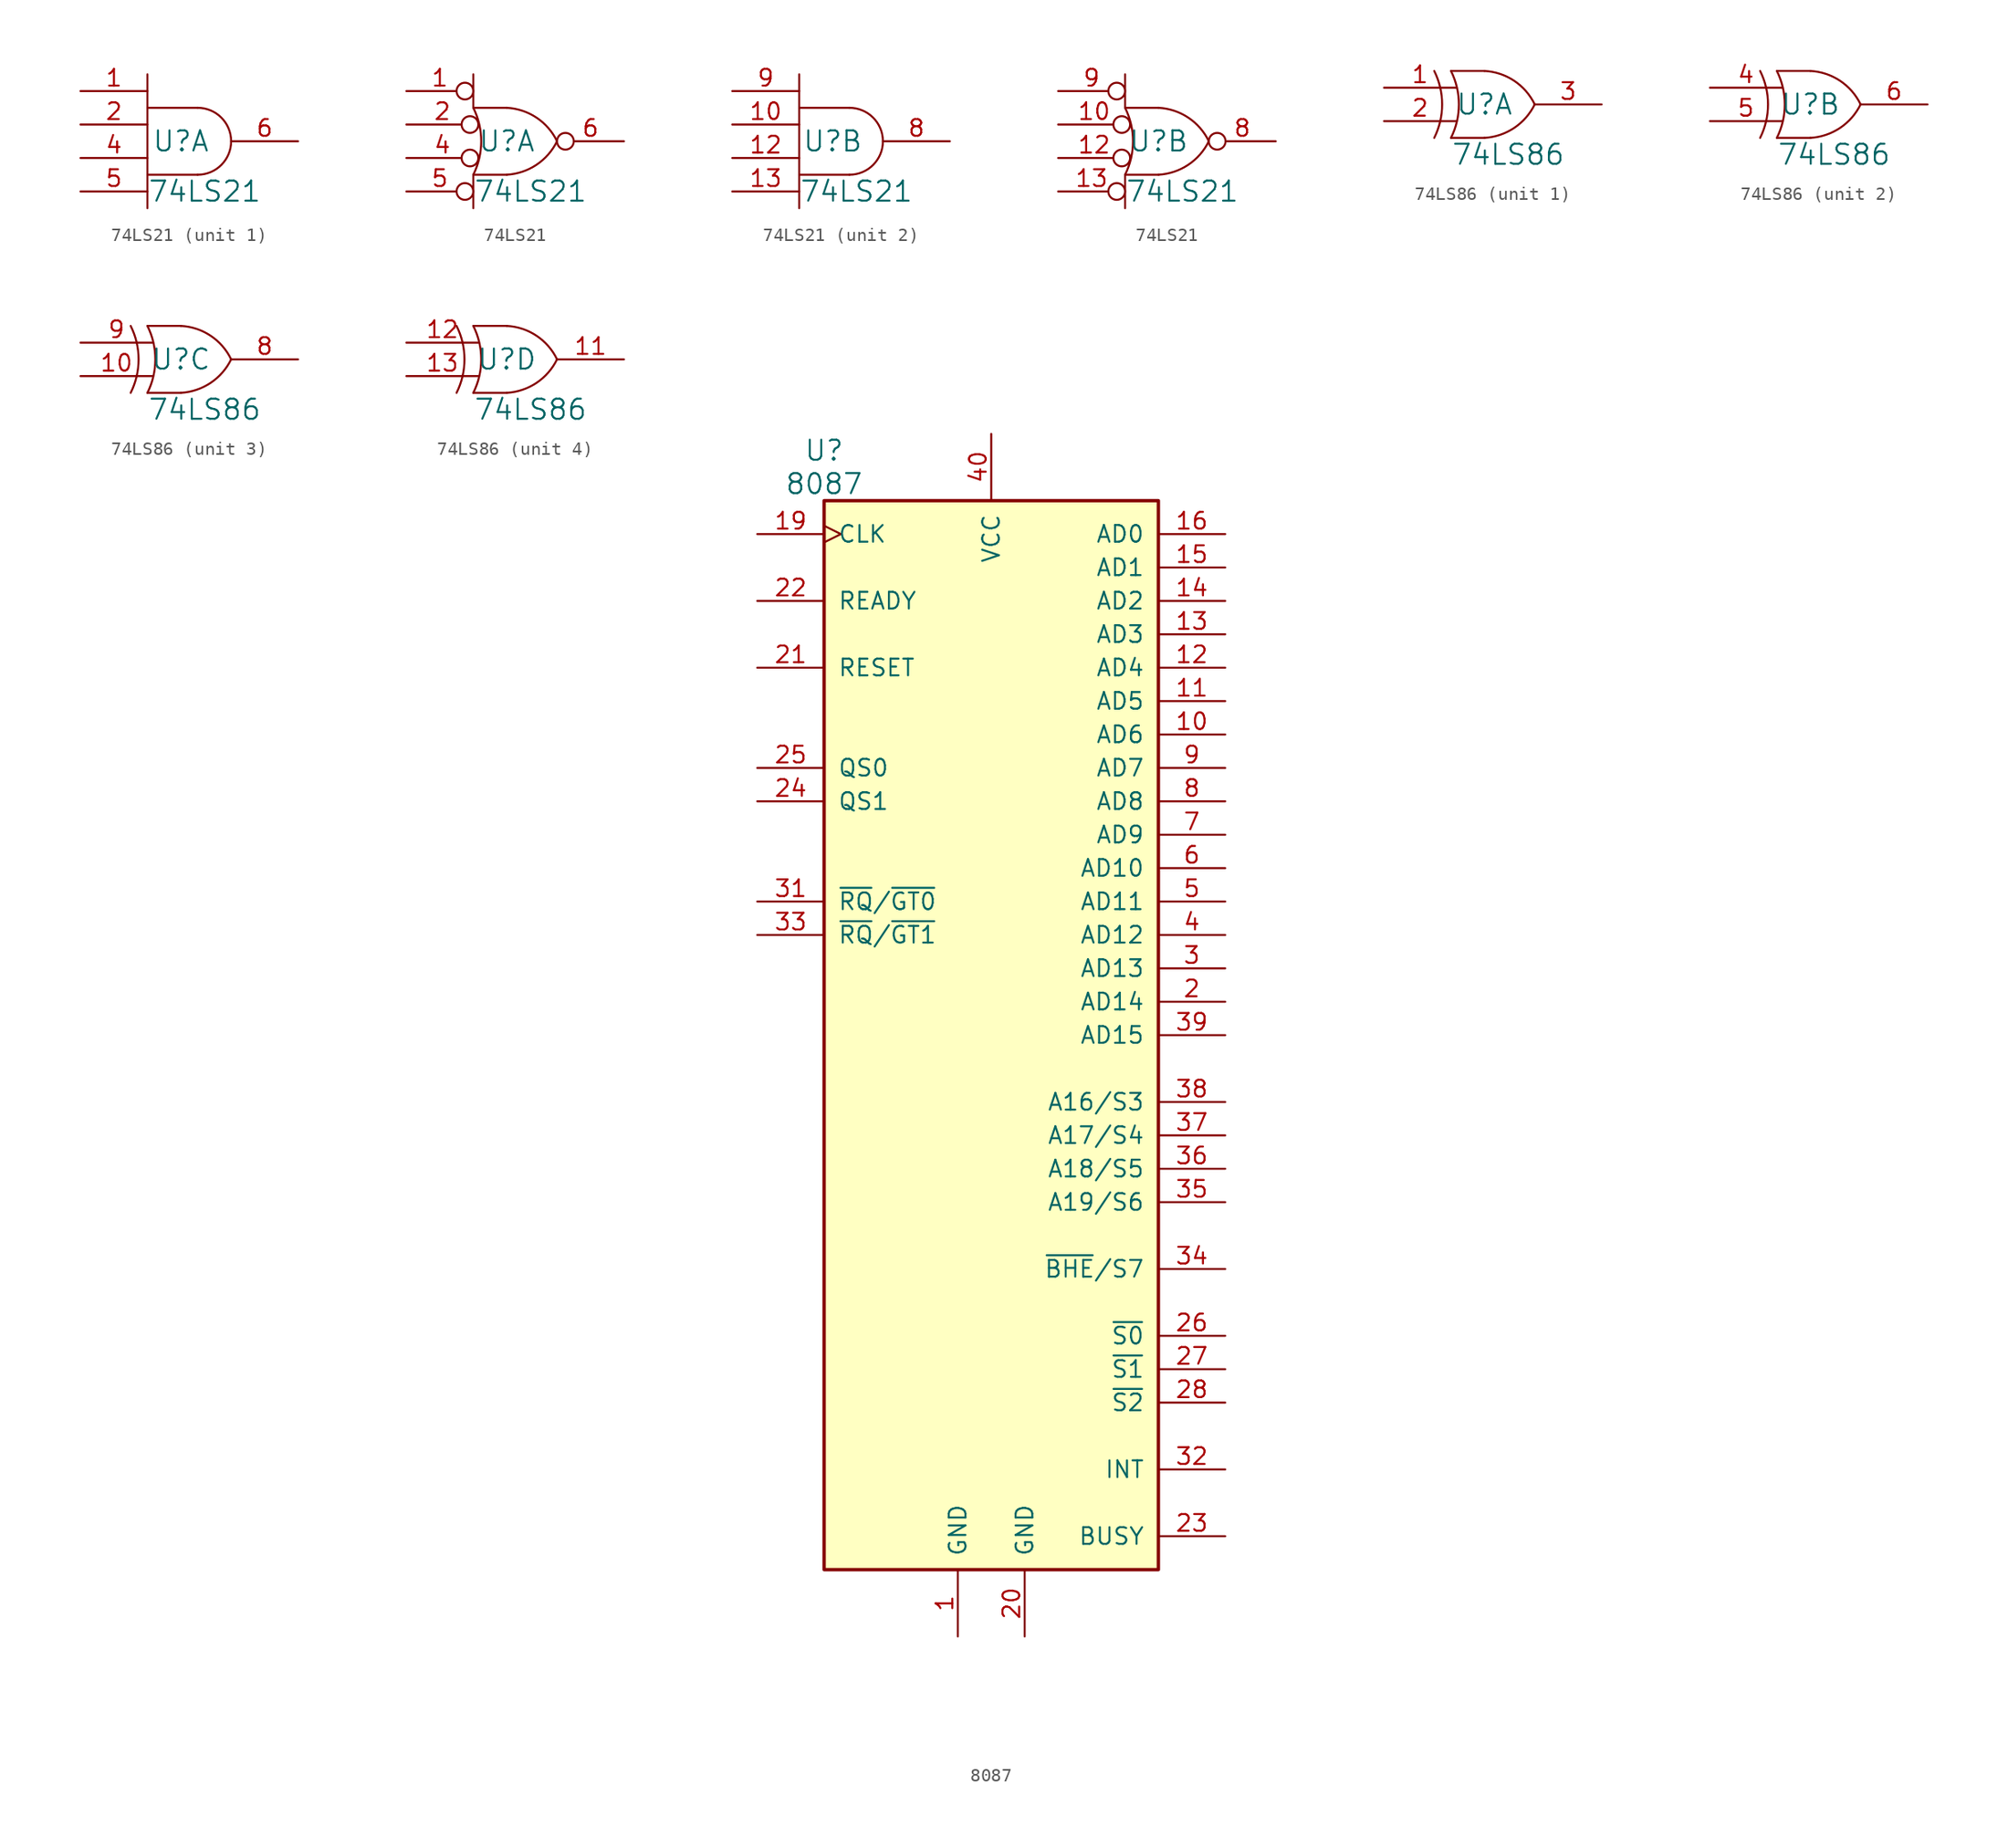
<source format=kicad_sym>
(kicad_symbol_lib
  (version 20211014)
  (generator kicad_symbol_editor)
  (symbol "74LS21"
    (pin_names
      (offset 0.762))
    (property "Reference" "U"
      (at 0 0 0)
      (effects (font (size 1.524 1.524))))
    (property "Value" "74LS21"
      (at -2.54 -3.81 0)
      (effects (font (size 1.524 1.524)) (justify left)))
    (property "Footprint" ""
      (at 0 0 0)
      (effects (font (size 1.524 1.524))))
    (property "Datasheet" ""
      (at 0 0 0)
      (effects (font (size 1.524 1.524))))
    (symbol "74LS21_0_0"
      (pin power_in line (at -1.27 2.54 90) (length 0) hide (name "VCC" (effects (font (size 1.016 1.016)))) (number "14" (effects (font (size 1.016 1.016)))))
      (pin power_in line (at -1.27 -2.54 90) (length 0) hide (name "GND" (effects (font (size 1.016 1.016)))) (number "7" (effects (font (size 1.016 1.016))))))
    (symbol "74LS21_0_1"
      (polyline (pts (xy -2.54 -5.08) (xy -2.54 -2.54)) (stroke (width 0) (type default) (color 0 0 0 0)) (fill (type none)))
      (polyline (pts (xy -2.54 5.08) (xy -2.54 2.54)) (stroke (width 0) (type default) (color 0 0 0 0)) (fill (type none)))
      (polyline (pts (xy 1.27 2.54) (xy -2.54 2.54) (xy -2.54 -2.54) (xy 1.27 -2.54)) (stroke (width 0) (type default) (color 0 0 0 0)) (fill (type none)))
      (arc (start 1.27 -2.54) (mid 3.81 0) (end 1.27 2.54) (stroke (width 0) (type default) (color 0 0 0 0)) (fill (type none))))
    (symbol "74LS21_0_2"
      (arc (start -2.54 -2.54) (mid -1.9404 0) (end -2.54 2.54) (stroke (width 0) (type default) (color 0 0 0 0)) (fill (type none)))
      (arc (start 0 -2.54) (mid 2.2496 -1.787) (end 3.81 0) (stroke (width 0) (type default) (color 0 0 0 0)) (fill (type none)))
      (polyline (pts (xy -2.54 -2.54) (xy -2.54 -5.08)) (stroke (width 0) (type default) (color 0 0 0 0)) (fill (type none)))
      (polyline (pts (xy -2.54 5.08) (xy -2.54 2.54)) (stroke (width 0) (type default) (color 0 0 0 0)) (fill (type none)))
      (polyline (pts (xy 0 -2.54) (xy -2.54 -2.54)) (stroke (width 0) (type default) (color 0 0 0 0)) (fill (type none)))
      (polyline (pts (xy 0 2.54) (xy -2.54 2.54) (xy -2.54 2.54)) (stroke (width 0) (type default) (color 0 0 0 0)) (fill (type none)))
      (arc (start 3.81 0) (mid 2.2536 1.793) (end 0 2.54) (stroke (width 0) (type default) (color 0 0 0 0)) (fill (type none))))
    (symbol "74LS21_1_1"
      (pin input line (at -7.62 3.81 0) (length 5.08) (name "~" (effects (font (size 1.27 1.27)))) (number "1" (effects (font (size 1.27 1.27)))))
      (pin input line (at -7.62 1.27 0) (length 5.08) (name "~" (effects (font (size 1.27 1.27)))) (number "2" (effects (font (size 1.27 1.27)))))
      (pin input line (at -7.62 -1.27 0) (length 5.08) (name "~" (effects (font (size 1.27 1.27)))) (number "4" (effects (font (size 1.27 1.27)))))
      (pin input line (at -7.62 -3.81 0) (length 5.08) (name "~" (effects (font (size 1.27 1.27)))) (number "5" (effects (font (size 1.27 1.27)))))
      (pin output line (at 8.89 0 180) (length 5.08) (name "~" (effects (font (size 1.27 1.27)))) (number "6" (effects (font (size 1.27 1.27))))))
    (symbol "74LS21_1_2"
      (pin input inverted (at -7.62 3.81 0) (length 5.08) (name "~" (effects (font (size 1.27 1.27)))) (number "1" (effects (font (size 1.27 1.27)))))
      (pin input inverted (at -7.62 1.27 0) (length 5.461) (name "~" (effects (font (size 1.27 1.27)))) (number "2" (effects (font (size 1.27 1.27)))))
      (pin input inverted (at -7.62 -1.27 0) (length 5.461) (name "~" (effects (font (size 1.27 1.27)))) (number "4" (effects (font (size 1.27 1.27)))))
      (pin input inverted (at -7.62 -3.81 0) (length 5.08) (name "~" (effects (font (size 1.27 1.27)))) (number "5" (effects (font (size 1.27 1.27)))))
      (pin output inverted (at 8.89 0 180) (length 5.08) (name "~" (effects (font (size 1.27 1.27)))) (number "6" (effects (font (size 1.27 1.27))))))
    (symbol "74LS21_2_1"
      (pin input line (at -7.62 1.27 0) (length 5.08) (name "~" (effects (font (size 1.27 1.27)))) (number "10" (effects (font (size 1.27 1.27)))))
      (pin input line (at -7.62 -1.27 0) (length 5.08) (name "~" (effects (font (size 1.27 1.27)))) (number "12" (effects (font (size 1.27 1.27)))))
      (pin input line (at -7.62 -3.81 0) (length 5.08) (name "~" (effects (font (size 1.27 1.27)))) (number "13" (effects (font (size 1.27 1.27)))))
      (pin output line (at 8.89 0 180) (length 5.08) (name "~" (effects (font (size 1.27 1.27)))) (number "8" (effects (font (size 1.27 1.27)))))
      (pin input line (at -7.62 3.81 0) (length 5.08) (name "~" (effects (font (size 1.27 1.27)))) (number "9" (effects (font (size 1.27 1.27))))))
    (symbol "74LS21_2_2"
      (pin input inverted (at -7.62 1.27 0) (length 5.461) (name "~" (effects (font (size 1.27 1.27)))) (number "10" (effects (font (size 1.27 1.27)))))
      (pin input inverted (at -7.62 -1.27 0) (length 5.461) (name "~" (effects (font (size 1.27 1.27)))) (number "12" (effects (font (size 1.27 1.27)))))
      (pin input inverted (at -7.62 -3.81 0) (length 5.08) (name "~" (effects (font (size 1.27 1.27)))) (number "13" (effects (font (size 1.27 1.27)))))
      (pin output inverted (at 8.89 0 180) (length 5.08) (name "~" (effects (font (size 1.27 1.27)))) (number "8" (effects (font (size 1.27 1.27)))))
      (pin input inverted (at -7.62 3.81 0) (length 5.08) (name "~" (effects (font (size 1.27 1.27)))) (number "9" (effects (font (size 1.27 1.27)))))))
  (symbol "74LS86"
    (pin_names
      (offset 0.762))
    (property "Reference" "U"
      (at 0 0 0)
      (effects (font (size 1.524 1.524))))
    (property "Value" "74LS86"
      (at -2.54 -3.81 0)
      (effects (font (size 1.524 1.524)) (justify left)))
    (property "Footprint" ""
      (at 0 0 0)
      (effects (font (size 1.524 1.524))))
    (property "Datasheet" ""
      (at 0 0 0)
      (effects (font (size 1.524 1.524))))
    (symbol "74LS86_0_0"
      (pin power_in line (at -1.27 2.54 90) (length 0) hide (name "VCC" (effects (font (size 1.016 1.016)))) (number "14" (effects (font (size 1.016 1.016)))))
      (pin power_in line (at -1.27 -2.54 90) (length 0) hide (name "GND" (effects (font (size 1.016 1.016)))) (number "7" (effects (font (size 1.016 1.016))))))
    (symbol "74LS86_0_1"
      (arc (start -3.81 -2.54) (mid -3.2104 0) (end -3.81 2.54) (stroke (width 0) (type default) (color 0 0 0 0)) (fill (type none)))
      (arc (start -2.54 -2.54) (mid -1.9404 0) (end -2.54 2.54) (stroke (width 0) (type default) (color 0 0 0 0)) (fill (type none)))
      (arc (start 0 -2.54) (mid 2.2496 -1.787) (end 3.81 0) (stroke (width 0) (type default) (color 0 0 0 0)) (fill (type none)))
      (polyline (pts (xy -2.54 -2.54) (xy 0 -2.54)) (stroke (width 0) (type default) (color 0 0 0 0)) (fill (type none)))
      (polyline (pts (xy -2.54 2.54) (xy 0 2.54)) (stroke (width 0) (type default) (color 0 0 0 0)) (fill (type none)))
      (arc (start 3.81 0) (mid 2.2536 1.793) (end 0 2.54) (stroke (width 0) (type default) (color 0 0 0 0)) (fill (type none))))
    (symbol "74LS86_1_1"
      (pin input line (at -7.62 1.27 0) (length 5.461) (name "~" (effects (font (size 1.27 1.27)))) (number "1" (effects (font (size 1.27 1.27)))))
      (pin input line (at -7.62 -1.27 0) (length 5.461) (name "~" (effects (font (size 1.27 1.27)))) (number "2" (effects (font (size 1.27 1.27)))))
      (pin output line (at 8.89 0 180) (length 5.08) (name "~" (effects (font (size 1.27 1.27)))) (number "3" (effects (font (size 1.27 1.27))))))
    (symbol "74LS86_2_1"
      (pin input line (at -7.62 1.27 0) (length 5.461) (name "~" (effects (font (size 1.27 1.27)))) (number "4" (effects (font (size 1.27 1.27)))))
      (pin input line (at -7.62 -1.27 0) (length 5.461) (name "~" (effects (font (size 1.27 1.27)))) (number "5" (effects (font (size 1.27 1.27)))))
      (pin output line (at 8.89 0 180) (length 5.08) (name "~" (effects (font (size 1.27 1.27)))) (number "6" (effects (font (size 1.27 1.27))))))
    (symbol "74LS86_3_1"
      (pin input line (at -7.62 -1.27 0) (length 5.461) (name "~" (effects (font (size 1.27 1.27)))) (number "10" (effects (font (size 1.27 1.27)))))
      (pin output line (at 8.89 0 180) (length 5.08) (name "~" (effects (font (size 1.27 1.27)))) (number "8" (effects (font (size 1.27 1.27)))))
      (pin input line (at -7.62 1.27 0) (length 5.461) (name "~" (effects (font (size 1.27 1.27)))) (number "9" (effects (font (size 1.27 1.27))))))
    (symbol "74LS86_4_1"
      (pin output line (at 8.89 0 180) (length 5.08) (name "~" (effects (font (size 1.27 1.27)))) (number "11" (effects (font (size 1.27 1.27)))))
      (pin input line (at -7.62 1.27 0) (length 5.461) (name "~" (effects (font (size 1.27 1.27)))) (number "12" (effects (font (size 1.27 1.27)))))
      (pin input line (at -7.62 -1.27 0) (length 5.461) (name "~" (effects (font (size 1.27 1.27)))) (number "13" (effects (font (size 1.27 1.27)))))))
  (symbol "8087"
    (pin_names
      (offset 1.016))
    (property "Reference" "U"
      (at -12.7 44.45 0)
      (effects (font (size 1.524 1.524))))
    (property "Value" "8087"
      (at -12.7 41.91 0)
      (effects (font (size 1.524 1.524))))
    (property "Datasheet" ""
      (at 0 0 0)
      (effects (font (size 1.524 1.524))))
    (symbol "8087_0_1"
      (rectangle (start 12.7 40.64) (end -12.7 -40.64) (stroke (width 0.254) (type default) (color 0 0 0 0)) (fill (type background))))
    (symbol "8087_1_1"
      (pin power_in line (at -2.54 -45.72 90) (length 5.029) (name "GND" (effects (font (size 1.27 1.27)))) (number "1" (effects (font (size 1.27 1.27)))))
      (pin bidirectional line (at 17.78 22.86 180) (length 5.08) (name "AD6" (effects (font (size 1.27 1.27)))) (number "10" (effects (font (size 1.27 1.27)))))
      (pin bidirectional line (at 17.78 25.4 180) (length 5.08) (name "AD5" (effects (font (size 1.27 1.27)))) (number "11" (effects (font (size 1.27 1.27)))))
      (pin bidirectional line (at 17.78 27.94 180) (length 5.08) (name "AD4" (effects (font (size 1.27 1.27)))) (number "12" (effects (font (size 1.27 1.27)))))
      (pin bidirectional line (at 17.78 30.48 180) (length 5.08) (name "AD3" (effects (font (size 1.27 1.27)))) (number "13" (effects (font (size 1.27 1.27)))))
      (pin bidirectional line (at 17.78 33.02 180) (length 5.08) (name "AD2" (effects (font (size 1.27 1.27)))) (number "14" (effects (font (size 1.27 1.27)))))
      (pin bidirectional line (at 17.78 35.56 180) (length 5.08) (name "AD1" (effects (font (size 1.27 1.27)))) (number "15" (effects (font (size 1.27 1.27)))))
      (pin bidirectional line (at 17.78 38.1 180) (length 5.08) (name "AD0" (effects (font (size 1.27 1.27)))) (number "16" (effects (font (size 1.27 1.27)))))
      (pin input clock (at -17.78 38.1 0) (length 5.08) (name "CLK" (effects (font (size 1.27 1.27)))) (number "19" (effects (font (size 1.27 1.27)))))
      (pin bidirectional line (at 17.78 2.54 180) (length 5.08) (name "AD14" (effects (font (size 1.27 1.27)))) (number "2" (effects (font (size 1.27 1.27)))))
      (pin power_in line (at 2.54 -45.72 90) (length 5.029) (name "GND" (effects (font (size 1.27 1.27)))) (number "20" (effects (font (size 1.27 1.27)))))
      (pin input line (at -17.78 27.94 0) (length 5.08) (name "RESET" (effects (font (size 1.27 1.27)))) (number "21" (effects (font (size 1.27 1.27)))))
      (pin input line (at -17.78 33.02 0) (length 5.08) (name "READY" (effects (font (size 1.27 1.27)))) (number "22" (effects (font (size 1.27 1.27)))))
      (pin output line (at 17.78 -38.1 180) (length 5.08) (name "BUSY" (effects (font (size 1.27 1.27)))) (number "23" (effects (font (size 1.27 1.27)))))
      (pin input line (at -17.78 17.78 0) (length 5.08) (name "QS1" (effects (font (size 1.27 1.27)))) (number "24" (effects (font (size 1.27 1.27)))))
      (pin input line (at -17.78 20.32 0) (length 5.08) (name "QS0" (effects (font (size 1.27 1.27)))) (number "25" (effects (font (size 1.27 1.27)))))
      (pin bidirectional line (at 17.78 -22.86 180) (length 5.08) (name "~{S0}" (effects (font (size 1.27 1.27)))) (number "26" (effects (font (size 1.27 1.27)))))
      (pin bidirectional line (at 17.78 -25.4 180) (length 5.08) (name "~{S1}" (effects (font (size 1.27 1.27)))) (number "27" (effects (font (size 1.27 1.27)))))
      (pin bidirectional line (at 17.78 -27.94 180) (length 5.08) (name "~{S2}" (effects (font (size 1.27 1.27)))) (number "28" (effects (font (size 1.27 1.27)))))
      (pin bidirectional line (at 17.78 5.08 180) (length 5.08) (name "AD13" (effects (font (size 1.27 1.27)))) (number "3" (effects (font (size 1.27 1.27)))))
      (pin bidirectional line (at -17.78 10.16 0) (length 5.08) (name "~{RQ}/~{GT0}" (effects (font (size 1.27 1.27)))) (number "31" (effects (font (size 1.27 1.27)))))
      (pin output line (at 17.78 -33.02 180) (length 5.08) (name "INT" (effects (font (size 1.27 1.27)))) (number "32" (effects (font (size 1.27 1.27)))))
      (pin bidirectional line (at -17.78 7.62 0) (length 5.08) (name "~{RQ}/~{GT1}" (effects (font (size 1.27 1.27)))) (number "33" (effects (font (size 1.27 1.27)))))
      (pin bidirectional line (at 17.78 -17.78 180) (length 5.08) (name "~{BHE}/S7" (effects (font (size 1.27 1.27)))) (number "34" (effects (font (size 1.27 1.27)))))
      (pin bidirectional line (at 17.78 -12.7 180) (length 5.08) (name "A19/S6" (effects (font (size 1.27 1.27)))) (number "35" (effects (font (size 1.27 1.27)))))
      (pin bidirectional line (at 17.78 -10.16 180) (length 5.08) (name "A18/S5" (effects (font (size 1.27 1.27)))) (number "36" (effects (font (size 1.27 1.27)))))
      (pin bidirectional line (at 17.78 -7.62 180) (length 5.08) (name "A17/S4" (effects (font (size 1.27 1.27)))) (number "37" (effects (font (size 1.27 1.27)))))
      (pin bidirectional line (at 17.78 -5.08 180) (length 5.08) (name "A16/S3" (effects (font (size 1.27 1.27)))) (number "38" (effects (font (size 1.27 1.27)))))
      (pin bidirectional line (at 17.78 0 180) (length 5.08) (name "AD15" (effects (font (size 1.27 1.27)))) (number "39" (effects (font (size 1.27 1.27)))))
      (pin bidirectional line (at 17.78 7.62 180) (length 5.08) (name "AD12" (effects (font (size 1.27 1.27)))) (number "4" (effects (font (size 1.27 1.27)))))
      (pin power_in line (at 0 45.72 270) (length 5.029) (name "VCC" (effects (font (size 1.27 1.27)))) (number "40" (effects (font (size 1.27 1.27)))))
      (pin bidirectional line (at 17.78 10.16 180) (length 5.08) (name "AD11" (effects (font (size 1.27 1.27)))) (number "5" (effects (font (size 1.27 1.27)))))
      (pin bidirectional line (at 17.78 12.7 180) (length 5.08) (name "AD10" (effects (font (size 1.27 1.27)))) (number "6" (effects (font (size 1.27 1.27)))))
      (pin bidirectional line (at 17.78 15.24 180) (length 5.08) (name "AD9" (effects (font (size 1.27 1.27)))) (number "7" (effects (font (size 1.27 1.27)))))
      (pin bidirectional line (at 17.78 17.78 180) (length 5.08) (name "AD8" (effects (font (size 1.27 1.27)))) (number "8" (effects (font (size 1.27 1.27)))))
      (pin bidirectional line (at 17.78 20.32 180) (length 5.08) (name "AD7" (effects (font (size 1.27 1.27)))) (number "9" (effects (font (size 1.27 1.27))))))))
</source>
